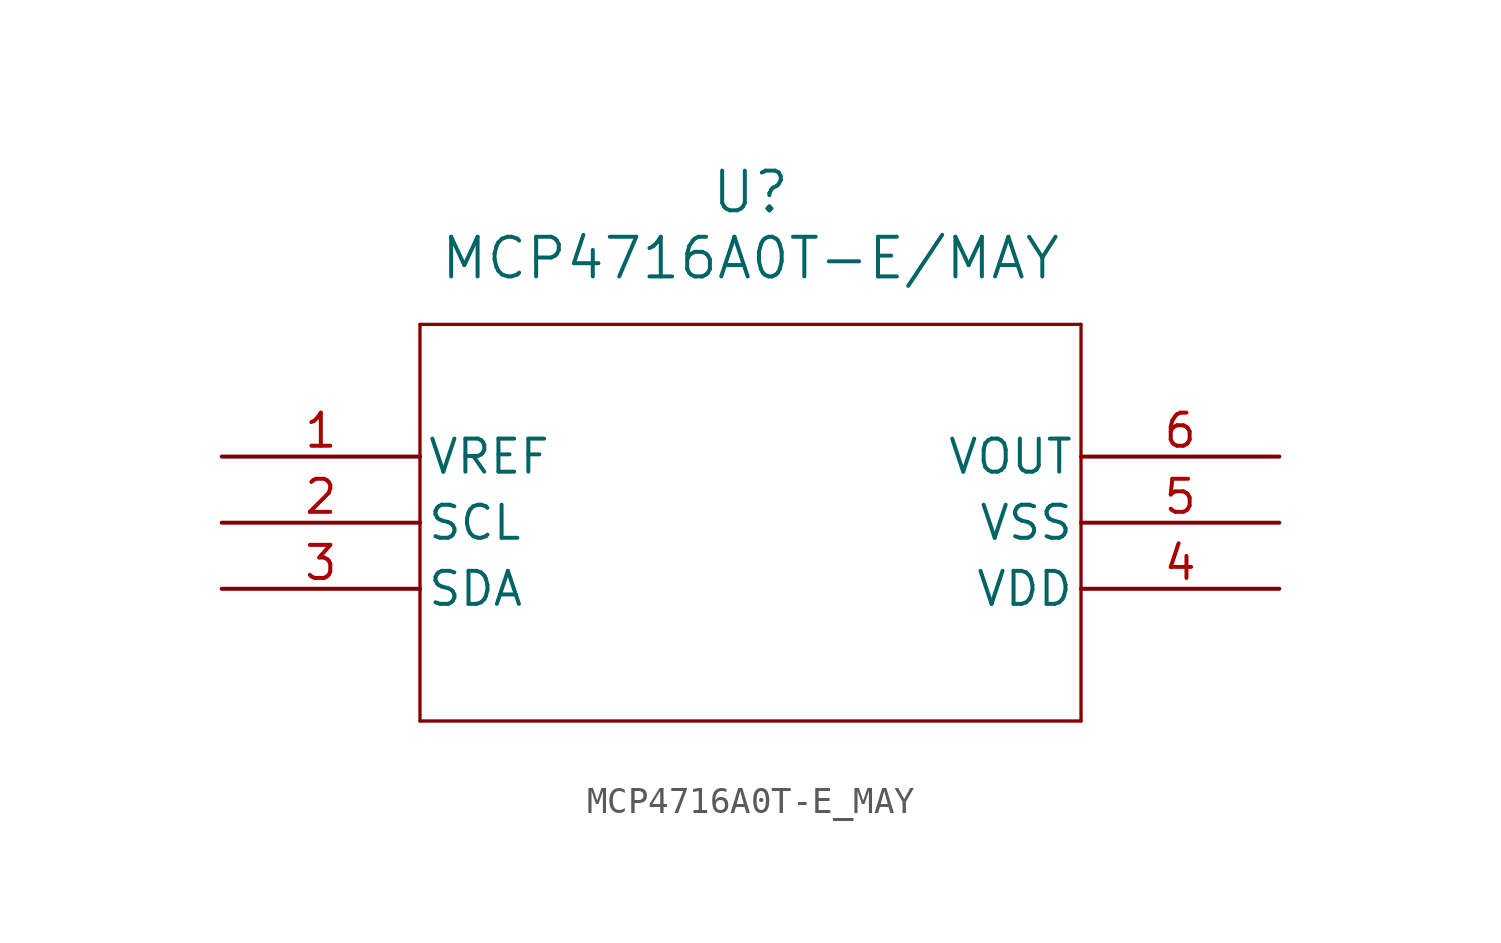
<source format=kicad_sym>
(kicad_symbol_lib
  (version 20211014)
  (generator kicad_symbol_editor)
  (symbol "MCP4716A0T-E_MAY"
    (pin_names
      (offset 0.254))
    (property "Reference" "U"
      (at 20.32 10.16 0)
      (effects (font (size 1.524 1.524))))
    (property "Value" "MCP4716A0T-E/MAY"
      (at 20.32 7.62 0)
      (effects (font (size 1.524 1.524))))
    (symbol "MCP4716A0T-E_MAY_0_1"
      (polyline (pts (xy 7.62 5.08) (xy 7.62 -10.16)) (stroke (width 0.127) (type default) (color 0 0 0 0)) (fill (type none)))
      (polyline (pts (xy 7.62 -10.16) (xy 33.02 -10.16)) (stroke (width 0.127) (type default) (color 0 0 0 0)) (fill (type none)))
      (polyline (pts (xy 33.02 -10.16) (xy 33.02 5.08)) (stroke (width 0.127) (type default) (color 0 0 0 0)) (fill (type none)))
      (polyline (pts (xy 33.02 5.08) (xy 7.62 5.08)) (stroke (width 0.127) (type default) (color 0 0 0 0)) (fill (type none)))
      (pin power_in line (at 0 0 0) (length 7.62) (name "VREF" (effects (font (size 1.27 1.27)))) (number "1" (effects (font (size 1.27 1.27)))))
      (pin input line (at 0 -2.54 0) (length 7.62) (name "SCL" (effects (font (size 1.27 1.27)))) (number "2" (effects (font (size 1.27 1.27)))))
      (pin bidirectional line (at 0 -5.08 0) (length 7.62) (name "SDA" (effects (font (size 1.27 1.27)))) (number "3" (effects (font (size 1.27 1.27)))))
      (pin power_in line (at 40.64 -5.08 180) (length 7.62) (name "VDD" (effects (font (size 1.27 1.27)))) (number "4" (effects (font (size 1.27 1.27)))))
      (pin power_in line (at 40.64 -2.54 180) (length 7.62) (name "VSS" (effects (font (size 1.27 1.27)))) (number "5" (effects (font (size 1.27 1.27)))))
      (pin output line (at 40.64 0 180) (length 7.62) (name "VOUT" (effects (font (size 1.27 1.27)))) (number "6" (effects (font (size 1.27 1.27))))))))
</source>
